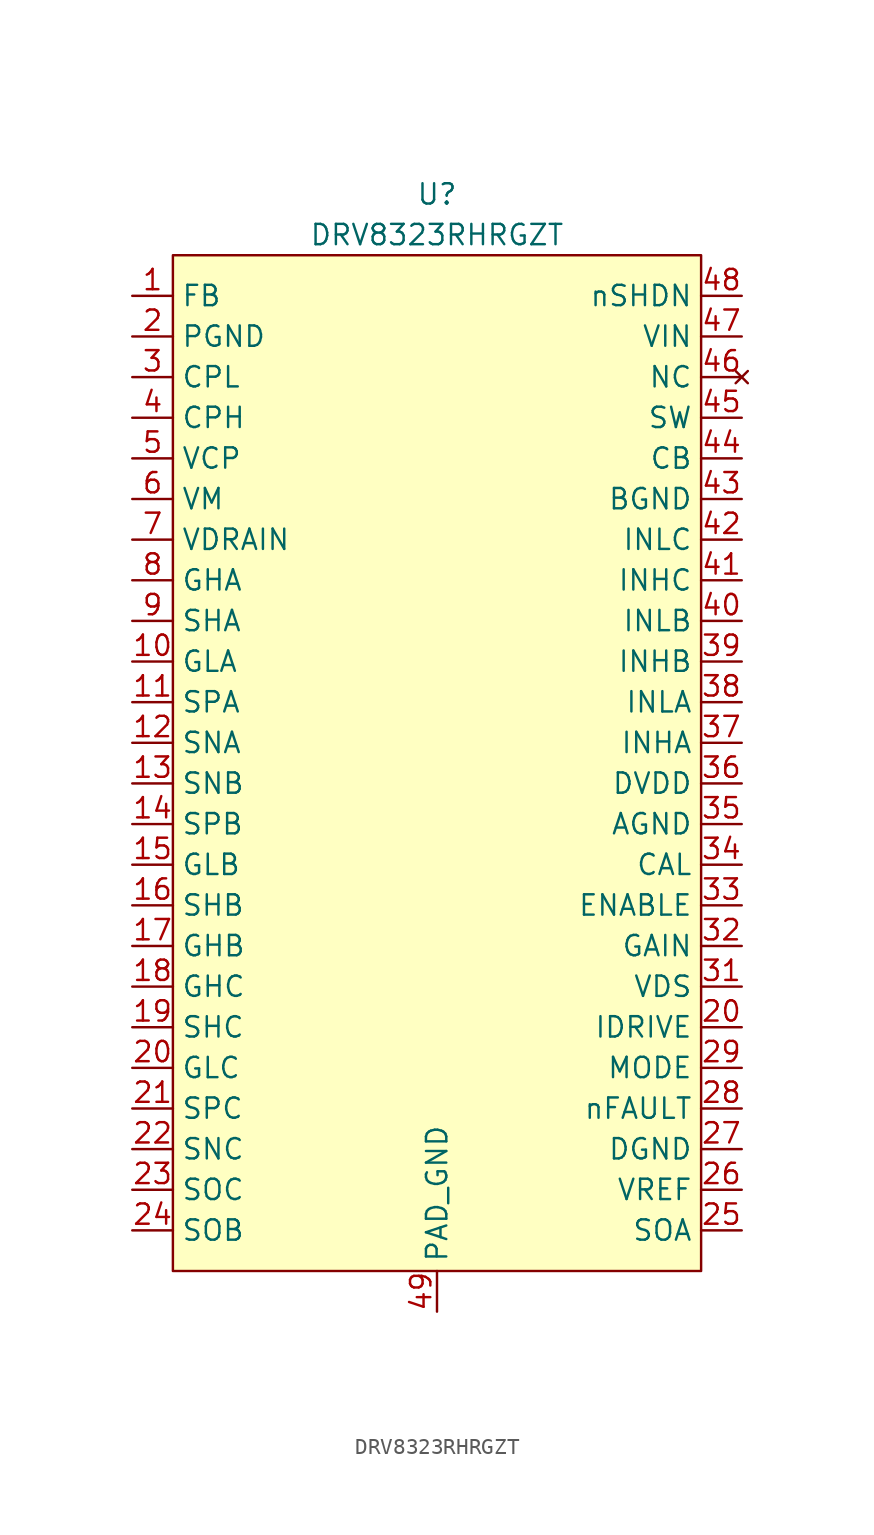
<source format=kicad_sym>
(kicad_symbol_lib
  (version 20231120)
  (generator "kicad_symbol_editor")
  (generator_version "8.0")
  (symbol "DRV8323RHRGZT"
    (property "Reference" "U"
      (at 0 16.51 0)
      (effects (font (size 1.27 1.27))))
    (property "Value" "DRV8323RHRGZT"
      (at 0 13.97 0)
      (effects (font (size 1.27 1.27))))
    (symbol "DRV8323RHRGZT_1_1"
      (rectangle (start -16.51 12.7) (end 16.51 -50.8) (stroke (width 0) (type default)) (fill (type background)))
      (pin input line (at -19.05 10.16 0) (length 2.54) (name "FB" (effects (font (size 1.27 1.27)))) (number "1" (effects (font (size 1.27 1.27)))))
      (pin output line (at -19.05 -12.7 0) (length 2.54) (name "GLA" (effects (font (size 1.27 1.27)))) (number "10" (effects (font (size 1.27 1.27)))))
      (pin input line (at -19.05 -15.24 0) (length 2.54) (name "SPA" (effects (font (size 1.27 1.27)))) (number "11" (effects (font (size 1.27 1.27)))))
      (pin input line (at -19.05 -17.78 0) (length 2.54) (name "SNA" (effects (font (size 1.27 1.27)))) (number "12" (effects (font (size 1.27 1.27)))))
      (pin input line (at -19.05 -20.32 0) (length 2.54) (name "SNB" (effects (font (size 1.27 1.27)))) (number "13" (effects (font (size 1.27 1.27)))))
      (pin input line (at -19.05 -22.86 0) (length 2.54) (name "SPB" (effects (font (size 1.27 1.27)))) (number "14" (effects (font (size 1.27 1.27)))))
      (pin output line (at -19.05 -25.4 0) (length 2.54) (name "GLB" (effects (font (size 1.27 1.27)))) (number "15" (effects (font (size 1.27 1.27)))))
      (pin input line (at -19.05 -27.94 0) (length 2.54) (name "SHB" (effects (font (size 1.27 1.27)))) (number "16" (effects (font (size 1.27 1.27)))))
      (pin output line (at -19.05 -30.48 0) (length 2.54) (name "GHB" (effects (font (size 1.27 1.27)))) (number "17" (effects (font (size 1.27 1.27)))))
      (pin output line (at -19.05 -33.02 0) (length 2.54) (name "GHC" (effects (font (size 1.27 1.27)))) (number "18" (effects (font (size 1.27 1.27)))))
      (pin input line (at -19.05 -35.56 0) (length 2.54) (name "SHC" (effects (font (size 1.27 1.27)))) (number "19" (effects (font (size 1.27 1.27)))))
      (pin power_in line (at -19.05 7.62 0) (length 2.54) (name "PGND" (effects (font (size 1.27 1.27)))) (number "2" (effects (font (size 1.27 1.27)))))
      (pin output line (at -19.05 -38.1 0) (length 2.54) (name "GLC" (effects (font (size 1.27 1.27)))) (number "20" (effects (font (size 1.27 1.27)))))
      (pin input line (at 19.05 -35.56 180) (length 2.54) (name "IDRIVE" (effects (font (size 1.27 1.27)))) (number "20" (effects (font (size 1.27 1.27)))))
      (pin input line (at -19.05 -40.64 0) (length 2.54) (name "SPC" (effects (font (size 1.27 1.27)))) (number "21" (effects (font (size 1.27 1.27)))))
      (pin input line (at -19.05 -43.18 0) (length 2.54) (name "SNC" (effects (font (size 1.27 1.27)))) (number "22" (effects (font (size 1.27 1.27)))))
      (pin output line (at -19.05 -45.72 0) (length 2.54) (name "SOC" (effects (font (size 1.27 1.27)))) (number "23" (effects (font (size 1.27 1.27)))))
      (pin output line (at -19.05 -48.26 0) (length 2.54) (name "SOB" (effects (font (size 1.27 1.27)))) (number "24" (effects (font (size 1.27 1.27)))))
      (pin output line (at 19.05 -48.26 180) (length 2.54) (name "SOA" (effects (font (size 1.27 1.27)))) (number "25" (effects (font (size 1.27 1.27)))))
      (pin power_in line (at 19.05 -45.72 180) (length 2.54) (name "VREF" (effects (font (size 1.27 1.27)))) (number "26" (effects (font (size 1.27 1.27)))))
      (pin power_in line (at 19.05 -43.18 180) (length 2.54) (name "DGND" (effects (font (size 1.27 1.27)))) (number "27" (effects (font (size 1.27 1.27)))))
      (pin output line (at 19.05 -40.64 180) (length 2.54) (name "nFAULT" (effects (font (size 1.27 1.27)))) (number "28" (effects (font (size 1.27 1.27)))))
      (pin input line (at 19.05 -38.1 180) (length 2.54) (name "MODE" (effects (font (size 1.27 1.27)))) (number "29" (effects (font (size 1.27 1.27)))))
      (pin power_out line (at -19.05 5.08 0) (length 2.54) (name "CPL" (effects (font (size 1.27 1.27)))) (number "3" (effects (font (size 1.27 1.27)))))
      (pin input line (at 19.05 -33.02 180) (length 2.54) (name "VDS" (effects (font (size 1.27 1.27)))) (number "31" (effects (font (size 1.27 1.27)))))
      (pin input line (at 19.05 -30.48 180) (length 2.54) (name "GAIN" (effects (font (size 1.27 1.27)))) (number "32" (effects (font (size 1.27 1.27)))))
      (pin input line (at 19.05 -27.94 180) (length 2.54) (name "ENABLE" (effects (font (size 1.27 1.27)))) (number "33" (effects (font (size 1.27 1.27)))))
      (pin input line (at 19.05 -25.4 180) (length 2.54) (name "CAL" (effects (font (size 1.27 1.27)))) (number "34" (effects (font (size 1.27 1.27)))))
      (pin power_in line (at 19.05 -22.86 180) (length 2.54) (name "AGND" (effects (font (size 1.27 1.27)))) (number "35" (effects (font (size 1.27 1.27)))))
      (pin power_out line (at 19.05 -20.32 180) (length 2.54) (name "DVDD" (effects (font (size 1.27 1.27)))) (number "36" (effects (font (size 1.27 1.27)))))
      (pin input line (at 19.05 -17.78 180) (length 2.54) (name "INHA" (effects (font (size 1.27 1.27)))) (number "37" (effects (font (size 1.27 1.27)))))
      (pin input line (at 19.05 -15.24 180) (length 2.54) (name "INLA" (effects (font (size 1.27 1.27)))) (number "38" (effects (font (size 1.27 1.27)))))
      (pin input line (at 19.05 -12.7 180) (length 2.54) (name "INHB" (effects (font (size 1.27 1.27)))) (number "39" (effects (font (size 1.27 1.27)))))
      (pin power_out line (at -19.05 2.54 0) (length 2.54) (name "CPH" (effects (font (size 1.27 1.27)))) (number "4" (effects (font (size 1.27 1.27)))))
      (pin input line (at 19.05 -10.16 180) (length 2.54) (name "INLB" (effects (font (size 1.27 1.27)))) (number "40" (effects (font (size 1.27 1.27)))))
      (pin input line (at 19.05 -7.62 180) (length 2.54) (name "INHC" (effects (font (size 1.27 1.27)))) (number "41" (effects (font (size 1.27 1.27)))))
      (pin input line (at 19.05 -5.08 180) (length 2.54) (name "INLC" (effects (font (size 1.27 1.27)))) (number "42" (effects (font (size 1.27 1.27)))))
      (pin power_in line (at 19.05 -2.54 180) (length 2.54) (name "BGND" (effects (font (size 1.27 1.27)))) (number "43" (effects (font (size 1.27 1.27)))))
      (pin power_in line (at 19.05 0 180) (length 2.54) (name "CB" (effects (font (size 1.27 1.27)))) (number "44" (effects (font (size 1.27 1.27)))))
      (pin output line (at 19.05 2.54 180) (length 2.54) (name "SW" (effects (font (size 1.27 1.27)))) (number "45" (effects (font (size 1.27 1.27)))))
      (pin no_connect line (at 19.05 5.08 180) (length 2.54) (name "NC" (effects (font (size 1.27 1.27)))) (number "46" (effects (font (size 1.27 1.27)))))
      (pin power_in line (at 19.05 7.62 180) (length 2.54) (name "VIN" (effects (font (size 1.27 1.27)))) (number "47" (effects (font (size 1.27 1.27)))))
      (pin input line (at 19.05 10.16 180) (length 2.54) (name "nSHDN" (effects (font (size 1.27 1.27)))) (number "48" (effects (font (size 1.27 1.27)))))
      (pin power_in line (at 0 -53.34 90) (length 2.54) (name "PAD_GND" (effects (font (size 1.27 1.27)))) (number "49" (effects (font (size 1.27 1.27)))))
      (pin power_out line (at -19.05 0 0) (length 2.54) (name "VCP" (effects (font (size 1.27 1.27)))) (number "5" (effects (font (size 1.27 1.27)))))
      (pin power_in line (at -19.05 -2.54 0) (length 2.54) (name "VM" (effects (font (size 1.27 1.27)))) (number "6" (effects (font (size 1.27 1.27)))))
      (pin input line (at -19.05 -5.08 0) (length 2.54) (name "VDRAIN" (effects (font (size 1.27 1.27)))) (number "7" (effects (font (size 1.27 1.27)))))
      (pin output line (at -19.05 -7.62 0) (length 2.54) (name "GHA" (effects (font (size 1.27 1.27)))) (number "8" (effects (font (size 1.27 1.27)))))
      (pin input line (at -19.05 -10.16 0) (length 2.54) (name "SHA" (effects (font (size 1.27 1.27)))) (number "9" (effects (font (size 1.27 1.27))))))))
</source>
